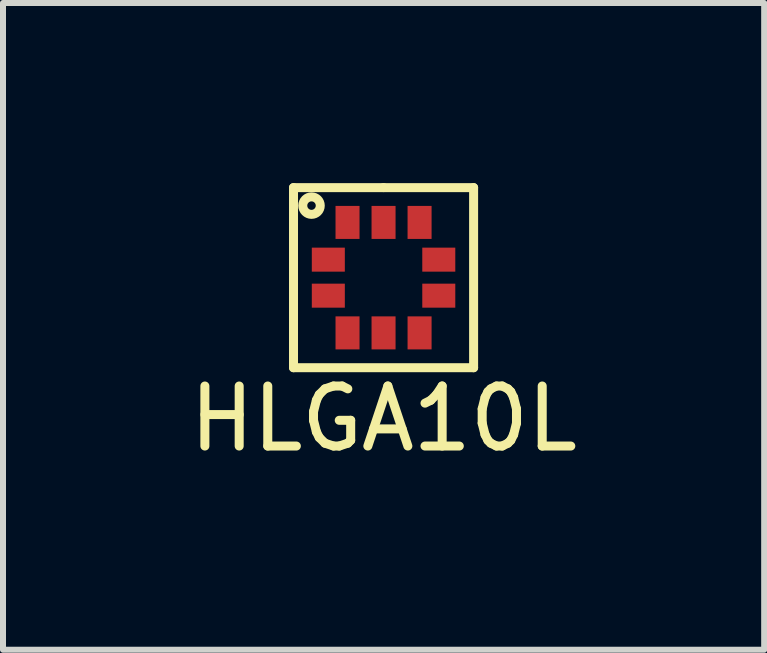
<source format=kicad_pcb>
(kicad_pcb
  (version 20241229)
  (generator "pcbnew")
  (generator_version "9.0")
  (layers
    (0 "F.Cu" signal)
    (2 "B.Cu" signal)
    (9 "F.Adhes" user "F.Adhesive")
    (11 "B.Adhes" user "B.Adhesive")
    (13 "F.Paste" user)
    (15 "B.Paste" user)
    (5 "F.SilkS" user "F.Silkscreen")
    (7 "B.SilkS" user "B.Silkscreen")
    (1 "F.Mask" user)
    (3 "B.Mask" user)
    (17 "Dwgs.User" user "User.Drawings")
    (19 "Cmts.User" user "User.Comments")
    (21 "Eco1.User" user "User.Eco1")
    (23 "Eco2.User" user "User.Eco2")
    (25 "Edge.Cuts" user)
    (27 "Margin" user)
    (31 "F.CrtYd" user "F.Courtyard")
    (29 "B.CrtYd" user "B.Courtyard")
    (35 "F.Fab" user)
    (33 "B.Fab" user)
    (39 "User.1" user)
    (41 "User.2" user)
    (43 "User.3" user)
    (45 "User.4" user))
  (footprint "HLGA10L"
    (layer "F.Cu")
    (at 3.339 1.575)
    (property "Reference" "HLGA10L" (at 0 2.35 0) (layer "F.SilkS") (effects (font (size 1 1) (thickness 0.15))))
    (attr through_hole)
    (fp_line (start -1.5 -1.5) (end 0 -1.5) (stroke (width 0.15) (type solid)) (layer "F.SilkS"))
    (fp_line (start -1.5 1.5) (end -1.5 -1.5) (stroke (width 0.15) (type solid)) (layer "F.SilkS"))
    (fp_line (start 0 -1.5) (end 1.5 -1.5) (stroke (width 0.15) (type solid)) (layer "F.SilkS"))
    (fp_line (start 1.5 -1.5) (end 1.5 1.5) (stroke (width 0.15) (type solid)) (layer "F.SilkS"))
    (fp_line (start 1.5 1.5) (end -1.5 1.5) (stroke (width 0.15) (type solid)) (layer "F.SilkS"))
    (fp_circle (center -1.2 -1.2) (end -1.15 -1.15) (stroke (width 0.15) (type solid)) (fill no) (layer "F.SilkS"))
    (pad "1" smd rect (at -0.92 -0.3) (size 0.55 0.4) (layers "F.Cu" "F.Mask" "F.Paste"))
    (pad "2" smd rect (at -0.92 0.3) (size 0.55 0.4) (layers "F.Cu" "F.Mask" "F.Paste"))
    (pad "3" smd rect (at -0.6 0.92) (size 0.4 0.55) (layers "F.Cu" "F.Mask" "F.Paste"))
    (pad "4" smd rect (at 0 0.92) (size 0.4 0.55) (layers "F.Cu" "F.Mask" "F.Paste"))
    (pad "5" smd rect (at 0.6 0.92) (size 0.4 0.55) (layers "F.Cu" "F.Mask" "F.Paste"))
    (pad "6" smd rect (at 0.92 0.3) (size 0.55 0.4) (layers "F.Cu" "F.Mask" "F.Paste"))
    (pad "7" smd rect (at 0.92 -0.3) (size 0.55 0.4) (layers "F.Cu" "F.Mask" "F.Paste"))
    (pad "8" smd rect (at 0.6 -0.92) (size 0.4 0.55) (layers "F.Cu" "F.Mask" "F.Paste"))
    (pad "9" smd rect (at 0 -0.92) (size 0.4 0.55) (layers "F.Cu" "F.Mask" "F.Paste"))
    (pad "10" smd rect (at -0.6 -0.92) (size 0.4 0.55) (layers "F.Cu" "F.Mask" "F.Paste")))
  (gr_rect
    (start -3 -3)
    (end 9.679 7.773)
    (stroke (width 0.1) (type default))
    (fill no)
    (layer "Edge.Cuts")))
</source>
